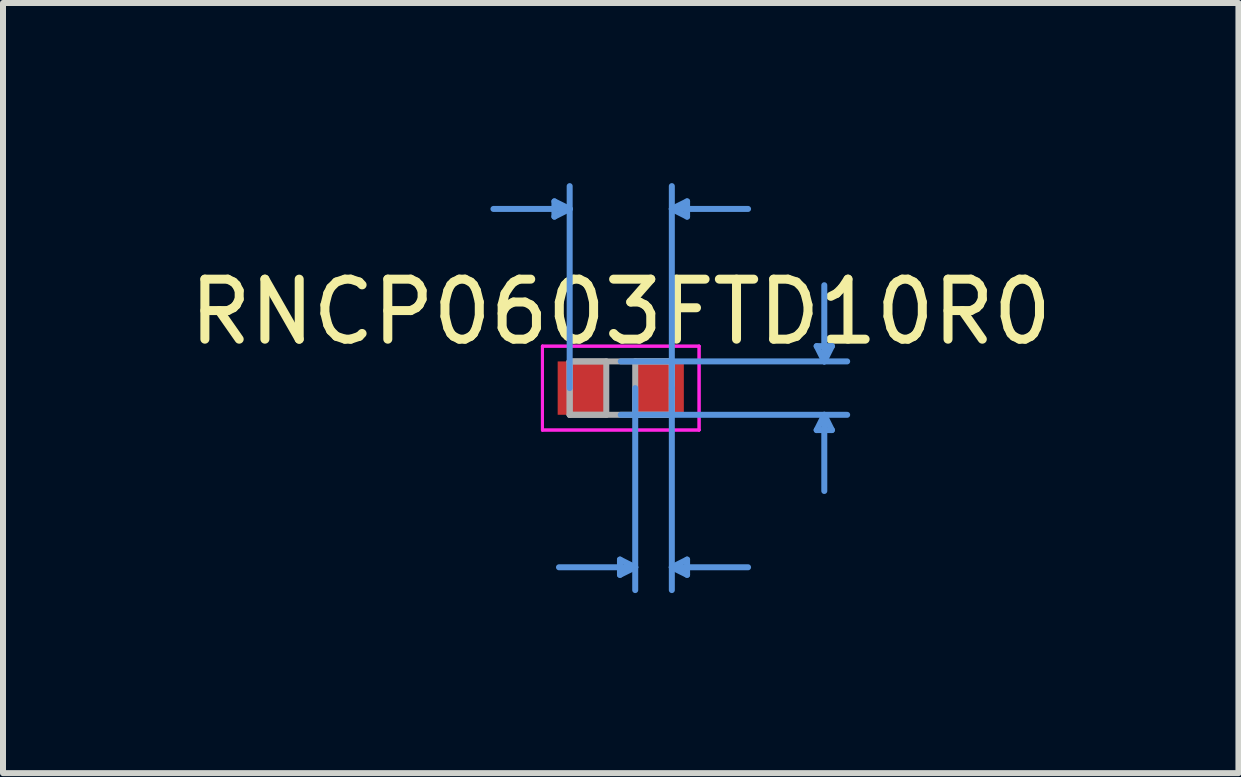
<source format=kicad_pcb>
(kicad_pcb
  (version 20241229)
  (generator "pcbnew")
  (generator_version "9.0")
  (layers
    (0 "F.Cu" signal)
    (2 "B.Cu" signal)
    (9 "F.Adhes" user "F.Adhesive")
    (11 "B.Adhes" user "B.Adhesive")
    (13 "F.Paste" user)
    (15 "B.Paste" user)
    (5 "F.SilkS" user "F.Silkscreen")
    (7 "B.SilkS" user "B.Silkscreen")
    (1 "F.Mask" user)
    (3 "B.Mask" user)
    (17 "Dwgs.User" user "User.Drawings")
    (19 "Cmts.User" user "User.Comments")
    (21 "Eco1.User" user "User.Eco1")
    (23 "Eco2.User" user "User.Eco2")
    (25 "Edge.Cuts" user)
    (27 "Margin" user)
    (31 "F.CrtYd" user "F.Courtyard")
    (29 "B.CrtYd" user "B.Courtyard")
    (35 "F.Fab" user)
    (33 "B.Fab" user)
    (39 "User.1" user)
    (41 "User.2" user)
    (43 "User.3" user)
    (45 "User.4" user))
  (footprint "RNCP0603FTD10R0"
    (layer "F.Cu")
    (at 7.292 3.416)
    (property "Reference" "RNCP0603FTD10R0" (at 0 -1.27 0) (layer "F.SilkS") (effects (font (size 1 1) (thickness 0.15))))
    (attr through_hole)
    (fp_line (start -1.105 -3.111) (end -1.105 -2.857) (stroke (width 0.1) (type solid)) (layer "Cmts.User"))
    (fp_line (start -0.851 -2.985) (end -2.121 -2.985) (stroke (width 0.1) (type solid)) (layer "Cmts.User"))
    (fp_line (start -0.851 -2.985) (end -1.105 -3.111) (stroke (width 0.1) (type solid)) (layer "Cmts.User"))
    (fp_line (start -0.851 -2.985) (end -1.105 -2.857) (stroke (width 0.1) (type solid)) (layer "Cmts.User"))
    (fp_line (start -0.851 0) (end -0.851 -3.365) (stroke (width 0.1) (type solid)) (layer "Cmts.User"))
    (fp_line (start -0.013 2.857) (end -0.013 3.111) (stroke (width 0.1) (type solid)) (layer "Cmts.User"))
    (fp_line (start 0 -0.445) (end 3.772 -0.445) (stroke (width 0.1) (type solid)) (layer "Cmts.User"))
    (fp_line (start 0 0.445) (end 3.772 0.445) (stroke (width 0.1) (type solid)) (layer "Cmts.User"))
    (fp_line (start 0.241 0) (end 0.241 3.365) (stroke (width 0.1) (type solid)) (layer "Cmts.User"))
    (fp_line (start 0.241 2.985) (end -1.029 2.985) (stroke (width 0.1) (type solid)) (layer "Cmts.User"))
    (fp_line (start 0.241 2.985) (end -0.013 2.857) (stroke (width 0.1) (type solid)) (layer "Cmts.User"))
    (fp_line (start 0.241 2.985) (end -0.013 3.111) (stroke (width 0.1) (type solid)) (layer "Cmts.User"))
    (fp_line (start 0.851 -2.985) (end 1.105 -3.111) (stroke (width 0.1) (type solid)) (layer "Cmts.User"))
    (fp_line (start 0.851 -2.985) (end 1.105 -2.857) (stroke (width 0.1) (type solid)) (layer "Cmts.User"))
    (fp_line (start 0.851 -2.985) (end 2.121 -2.985) (stroke (width 0.1) (type solid)) (layer "Cmts.User"))
    (fp_line (start 0.851 0) (end 0.851 -3.365) (stroke (width 0.1) (type solid)) (layer "Cmts.User"))
    (fp_line (start 0.851 0) (end 0.851 3.365) (stroke (width 0.1) (type solid)) (layer "Cmts.User"))
    (fp_line (start 0.851 2.985) (end 1.105 2.857) (stroke (width 0.1) (type solid)) (layer "Cmts.User"))
    (fp_line (start 0.851 2.985) (end 1.105 3.111) (stroke (width 0.1) (type solid)) (layer "Cmts.User"))
    (fp_line (start 0.851 2.985) (end 2.121 2.985) (stroke (width 0.1) (type solid)) (layer "Cmts.User"))
    (fp_line (start 1.105 -3.111) (end 1.105 -2.857) (stroke (width 0.1) (type solid)) (layer "Cmts.User"))
    (fp_line (start 1.105 2.857) (end 1.105 3.111) (stroke (width 0.1) (type solid)) (layer "Cmts.User"))
    (fp_line (start 3.264 -0.699) (end 3.518 -0.699) (stroke (width 0.1) (type solid)) (layer "Cmts.User"))
    (fp_line (start 3.264 0.699) (end 3.518 0.699) (stroke (width 0.1) (type solid)) (layer "Cmts.User"))
    (fp_line (start 3.391 -0.445) (end 3.264 -0.699) (stroke (width 0.1) (type solid)) (layer "Cmts.User"))
    (fp_line (start 3.391 -0.445) (end 3.391 -1.714) (stroke (width 0.1) (type solid)) (layer "Cmts.User"))
    (fp_line (start 3.391 -0.445) (end 3.518 -0.699) (stroke (width 0.1) (type solid)) (layer "Cmts.User"))
    (fp_line (start 3.391 0.445) (end 3.264 0.699) (stroke (width 0.1) (type solid)) (layer "Cmts.User"))
    (fp_line (start 3.391 0.445) (end 3.391 1.714) (stroke (width 0.1) (type solid)) (layer "Cmts.User"))
    (fp_line (start 3.391 0.445) (end 3.518 0.699) (stroke (width 0.1) (type solid)) (layer "Cmts.User"))
    (fp_line (start -1.305 -0.699) (end 1.305 -0.699) (stroke (width 0.05) (type solid)) (layer "F.CrtYd"))
    (fp_line (start -1.305 -0.699) (end 1.305 -0.699) (stroke (width 0.05) (type solid)) (layer "F.CrtYd"))
    (fp_line (start -1.305 0.699) (end -1.305 -0.699) (stroke (width 0.05) (type solid)) (layer "F.CrtYd"))
    (fp_line (start -1.305 0.699) (end -1.305 -0.699) (stroke (width 0.05) (type solid)) (layer "F.CrtYd"))
    (fp_line (start 1.305 -0.699) (end 1.305 0.699) (stroke (width 0.05) (type solid)) (layer "F.CrtYd"))
    (fp_line (start 1.305 -0.699) (end 1.305 0.699) (stroke (width 0.05) (type solid)) (layer "F.CrtYd"))
    (fp_line (start 1.305 0.699) (end -1.305 0.699) (stroke (width 0.05) (type solid)) (layer "F.CrtYd"))
    (fp_line (start 1.305 0.699) (end -1.305 0.699) (stroke (width 0.05) (type solid)) (layer "F.CrtYd"))
    (fp_line (start -0.851 -0.445) (end -0.851 0.445) (stroke (width 0.1) (type solid)) (layer "F.Fab"))
    (fp_line (start -0.851 -0.445) (end -0.851 0.445) (stroke (width 0.1) (type solid)) (layer "F.Fab"))
    (fp_line (start -0.851 0.445) (end -0.241 0.445) (stroke (width 0.1) (type solid)) (layer "F.Fab"))
    (fp_line (start -0.851 0.445) (end 0.851 0.445) (stroke (width 0.1) (type solid)) (layer "F.Fab"))
    (fp_line (start -0.241 -0.445) (end -0.851 -0.445) (stroke (width 0.1) (type solid)) (layer "F.Fab"))
    (fp_line (start -0.241 0.445) (end -0.241 -0.445) (stroke (width 0.1) (type solid)) (layer "F.Fab"))
    (fp_line (start 0.241 -0.445) (end 0.241 0.445) (stroke (width 0.1) (type solid)) (layer "F.Fab"))
    (fp_line (start 0.241 0.445) (end 0.851 0.445) (stroke (width 0.1) (type solid)) (layer "F.Fab"))
    (fp_line (start 0.851 -0.445) (end -0.851 -0.445) (stroke (width 0.1) (type solid)) (layer "F.Fab"))
    (fp_line (start 0.851 -0.445) (end 0.241 -0.445) (stroke (width 0.1) (type solid)) (layer "F.Fab"))
    (fp_line (start 0.851 0.445) (end 0.851 -0.445) (stroke (width 0.1) (type solid)) (layer "F.Fab"))
    (fp_line (start 0.851 0.445) (end 0.851 -0.445) (stroke (width 0.1) (type solid)) (layer "F.Fab"))
    (pad "1" smd rect (at -0.646 0) (size 0.81 0.889) (layers "F.Cu" "F.Mask" "F.Paste"))
    (pad "2" smd rect (at 0.646 0) (size 0.81 0.889) (layers "F.Cu" "F.Mask" "F.Paste")))
  (gr_rect
    (start -3 -3)
    (end 17.583 9.831)
    (stroke (width 0.1) (type default))
    (fill no)
    (layer "Edge.Cuts")))
</source>
